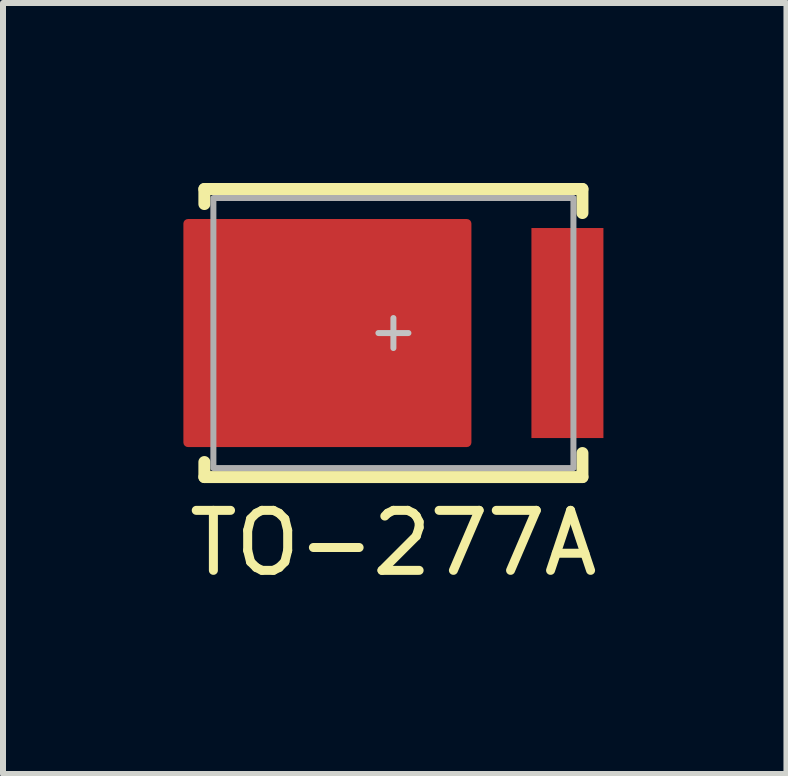
<source format=kicad_pcb>
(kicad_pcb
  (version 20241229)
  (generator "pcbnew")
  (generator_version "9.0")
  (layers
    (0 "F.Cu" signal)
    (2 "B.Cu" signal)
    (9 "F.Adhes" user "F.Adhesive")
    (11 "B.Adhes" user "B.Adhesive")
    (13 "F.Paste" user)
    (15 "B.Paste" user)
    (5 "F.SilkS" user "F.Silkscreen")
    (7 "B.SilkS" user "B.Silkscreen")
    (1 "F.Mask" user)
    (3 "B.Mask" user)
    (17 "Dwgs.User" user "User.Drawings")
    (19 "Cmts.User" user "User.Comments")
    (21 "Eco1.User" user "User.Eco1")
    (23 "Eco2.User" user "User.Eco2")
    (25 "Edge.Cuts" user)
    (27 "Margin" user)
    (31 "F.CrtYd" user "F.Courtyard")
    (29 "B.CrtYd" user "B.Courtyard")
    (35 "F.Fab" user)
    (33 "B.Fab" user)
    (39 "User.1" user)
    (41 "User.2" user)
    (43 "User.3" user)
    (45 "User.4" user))
  (footprint "TO-277A"
    (layer "F.Cu")
    (at 3.506 2.5)
    (property "Reference" "TO-277A" (at 0 3.5 0) (unlocked yes) (layer "F.SilkS") (effects (font (size 1 1) (thickness 0.15))))
    (attr smd)
    (fp_rect (start 2.3 1.75) (end 3.5 0.55) (stroke (width 0.1) (type solid)) (fill yes) (layer "F.Mask"))
    (fp_rect (start 3.5 -0.55) (end 2.3 -1.75) (stroke (width 0.1) (type solid)) (fill yes) (layer "F.Mask"))
    (fp_line (start -3.15 -2.4) (end -3.15 -2.15) (stroke (width 0.2) (type solid)) (layer "F.SilkS"))
    (fp_line (start -3.15 -2.4) (end 3.15 -2.4) (stroke (width 0.2) (type solid)) (layer "F.SilkS"))
    (fp_line (start -3.15 2.4) (end -3.15 2.15) (stroke (width 0.2) (type solid)) (layer "F.SilkS"))
    (fp_line (start -3.15 2.4) (end 3.15 2.4) (stroke (width 0.2) (type solid)) (layer "F.SilkS"))
    (fp_line (start 3.15 -2.4) (end 3.15 -2) (stroke (width 0.2) (type solid)) (layer "F.SilkS"))
    (fp_line (start 3.15 2.4) (end 3.15 2) (stroke (width 0.2) (type solid)) (layer "F.SilkS"))
    (fp_rect (start -3.35 -1.75) (end -2.675 -0.8) (stroke (width 0) (type solid)) (fill yes) (layer "F.Paste"))
    (fp_rect (start -3.35 -0.5) (end -2.675 0.5) (stroke (width 0) (type solid)) (fill yes) (layer "F.Paste"))
    (fp_rect (start -3.35 0.8) (end -2.675 1.75) (stroke (width 0) (type solid)) (fill yes) (layer "F.Paste"))
    (fp_rect (start -2.375 -1.75) (end -1.725 -0.8) (stroke (width 0) (type solid)) (fill yes) (layer "F.Paste"))
    (fp_rect (start -2.375 -0.5) (end -1.725 0.5) (stroke (width 0) (type solid)) (fill yes) (layer "F.Paste"))
    (fp_rect (start -2.375 0.8) (end -1.725 1.75) (stroke (width 0) (type solid)) (fill yes) (layer "F.Paste"))
    (fp_rect (start -1.425 -1.75) (end -0.775 -0.8) (stroke (width 0) (type solid)) (fill yes) (layer "F.Paste"))
    (fp_rect (start -1.425 -0.5) (end -0.775 0.5) (stroke (width 0) (type solid)) (fill yes) (layer "F.Paste"))
    (fp_rect (start -1.425 0.8) (end -0.775 1.75) (stroke (width 0) (type solid)) (fill yes) (layer "F.Paste"))
    (fp_rect (start -0.475 -1.75) (end 0.175 -0.8) (stroke (width 0) (type solid)) (fill yes) (layer "F.Paste"))
    (fp_rect (start -0.475 -0.5) (end 0.175 0.5) (stroke (width 0) (type solid)) (fill yes) (layer "F.Paste"))
    (fp_rect (start -0.475 0.8) (end 0.175 1.75) (stroke (width 0) (type solid)) (fill yes) (layer "F.Paste"))
    (fp_rect (start 0.475 -1.75) (end 1.15 -0.8) (stroke (width 0) (type solid)) (fill yes) (layer "F.Paste"))
    (fp_rect (start 0.475 -0.5) (end 1.15 0.5) (stroke (width 0) (type solid)) (fill yes) (layer "F.Paste"))
    (fp_rect (start 0.475 0.8) (end 1.15 1.75) (stroke (width 0) (type solid)) (fill yes) (layer "F.Paste"))
    (fp_rect (start 2.4 -1.65) (end 3.4 -0.65) (stroke (width 0) (type solid)) (fill yes) (layer "F.Paste"))
    (fp_rect (start 2.4 0.65) (end 3.4 1.65) (stroke (width 0) (type solid)) (fill yes) (layer "F.Paste"))
    (fp_line (start -0.25 0) (end 0.25 0) (stroke (width 0.1) (type solid)) (layer "Dwgs.User"))
    (fp_line (start 0 -0.25) (end 0 0.25) (stroke (width 0.1) (type solid)) (layer "Dwgs.User"))
    (fp_rect (start -3 -2.25) (end 3 2.25) (stroke (width 0.1) (type solid)) (fill no) (layer "F.Fab"))
    (pad "A" smd rect (at 2.9 0 90) (size 3.5 1.2) (layers "F.Cu"))
    (pad "K" smd roundrect (at -1.1 0) (size 4.8 3.8) (layers "F.Cu" "F.Mask") (roundrect_rratio 0.02)))
  (gr_rect
    (start -3 -3)
    (end 10.056 9.848)
    (stroke (width 0.1) (type default))
    (fill no)
    (layer "Edge.Cuts")))
</source>
